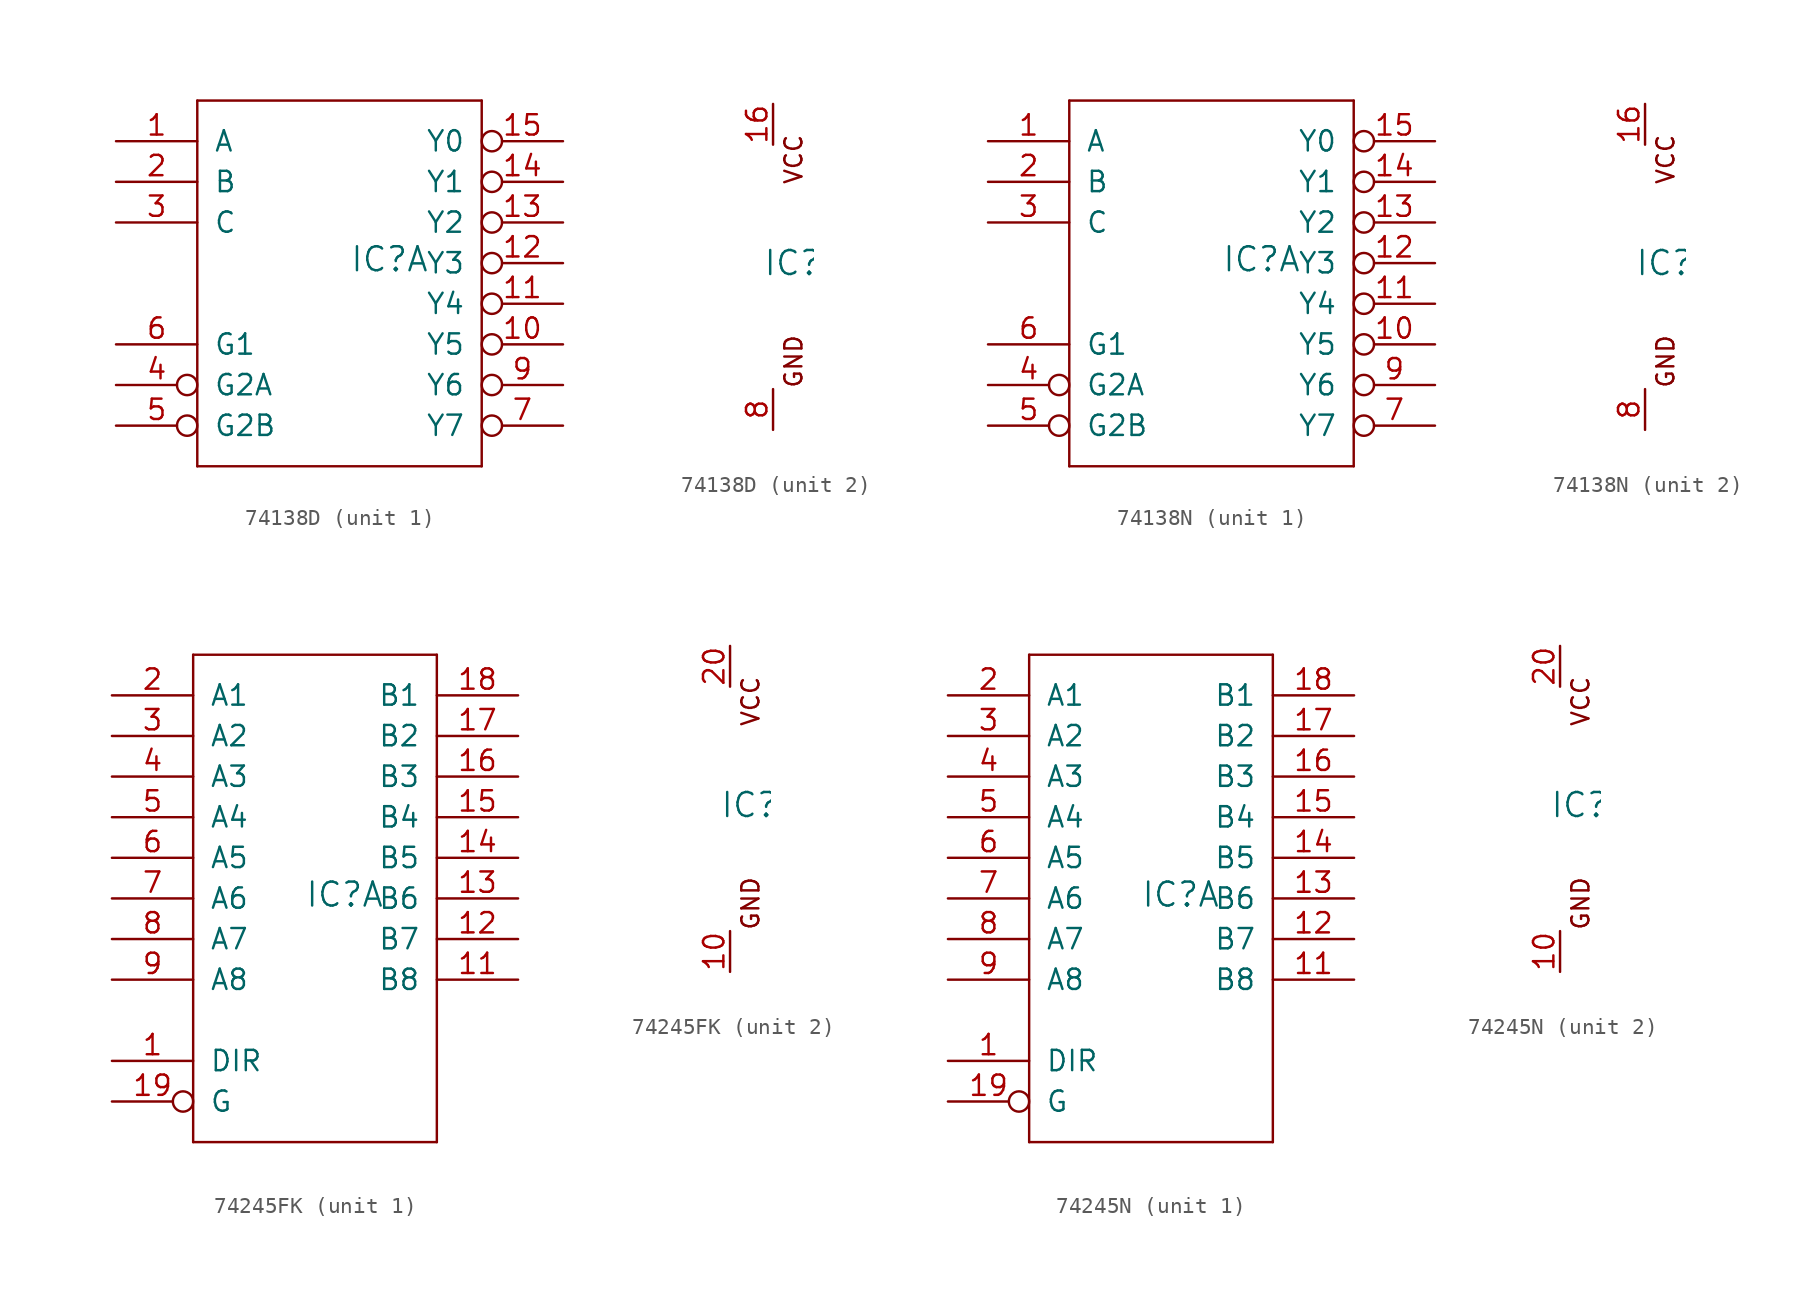
<source format=kicad_sym>
(kicad_symbol_lib
  (version 20211014)
  (generator kicad_symbol_editor)
  (symbol "74138D"
    (pin_names
      (offset 1.016))
    (property "Reference" "IC"
      (at -0.635 -0.635 0)
      (effects (font (size 1.499 1.499)) (justify left bottom)))
    (property "ki_locked" ""
      (at 0 0 0)
      (effects (font (size 1.27 1.27))))
    (symbol "74138D_1_0"
      (polyline (pts (xy -10.16 -12.7) (xy 7.62 -12.7)) (stroke (width 0) (type default) (color 0 0 0 0)) (fill (type none)))
      (polyline (pts (xy -10.16 10.16) (xy -10.16 -12.7)) (stroke (width 0) (type default) (color 0 0 0 0)) (fill (type none)))
      (polyline (pts (xy 7.62 -12.7) (xy 7.62 10.16)) (stroke (width 0) (type default) (color 0 0 0 0)) (fill (type none)))
      (polyline (pts (xy 7.62 10.16) (xy -10.16 10.16)) (stroke (width 0) (type default) (color 0 0 0 0)) (fill (type none)))
      (pin input line (at -15.24 7.62 0) (length 5.08) (name "A" (effects (font (size 1.27 1.27)))) (number "1" (effects (font (size 1.27 1.27)))))
      (pin output inverted (at 12.7 -5.08 180) (length 5.08) (name "Y5" (effects (font (size 1.27 1.27)))) (number "10" (effects (font (size 1.27 1.27)))))
      (pin output inverted (at 12.7 -2.54 180) (length 5.08) (name "Y4" (effects (font (size 1.27 1.27)))) (number "11" (effects (font (size 1.27 1.27)))))
      (pin output inverted (at 12.7 0 180) (length 5.08) (name "Y3" (effects (font (size 1.27 1.27)))) (number "12" (effects (font (size 1.27 1.27)))))
      (pin output inverted (at 12.7 2.54 180) (length 5.08) (name "Y2" (effects (font (size 1.27 1.27)))) (number "13" (effects (font (size 1.27 1.27)))))
      (pin output inverted (at 12.7 5.08 180) (length 5.08) (name "Y1" (effects (font (size 1.27 1.27)))) (number "14" (effects (font (size 1.27 1.27)))))
      (pin output inverted (at 12.7 7.62 180) (length 5.08) (name "Y0" (effects (font (size 1.27 1.27)))) (number "15" (effects (font (size 1.27 1.27)))))
      (pin input line (at -15.24 5.08 0) (length 5.08) (name "B" (effects (font (size 1.27 1.27)))) (number "2" (effects (font (size 1.27 1.27)))))
      (pin input line (at -15.24 2.54 0) (length 5.08) (name "C" (effects (font (size 1.27 1.27)))) (number "3" (effects (font (size 1.27 1.27)))))
      (pin input inverted (at -15.24 -7.62 0) (length 5.08) (name "G2A" (effects (font (size 1.27 1.27)))) (number "4" (effects (font (size 1.27 1.27)))))
      (pin input inverted (at -15.24 -10.16 0) (length 5.08) (name "G2B" (effects (font (size 1.27 1.27)))) (number "5" (effects (font (size 1.27 1.27)))))
      (pin input line (at -15.24 -5.08 0) (length 5.08) (name "G1" (effects (font (size 1.27 1.27)))) (number "6" (effects (font (size 1.27 1.27)))))
      (pin output inverted (at 12.7 -10.16 180) (length 5.08) (name "Y7" (effects (font (size 1.27 1.27)))) (number "7" (effects (font (size 1.27 1.27)))))
      (pin output inverted (at 12.7 -7.62 180) (length 5.08) (name "Y6" (effects (font (size 1.27 1.27)))) (number "9" (effects (font (size 1.27 1.27))))))
    (symbol "74138D_2_0"
      (text "GND" (at 1.905 -7.62 900) (effects (font (size 1.067 1.067)) (justify left bottom)))
      (text "VCC" (at 1.905 5.08 900) (effects (font (size 1.067 1.067)) (justify left bottom)))
      (pin power_in line (at 0 10.16 270) (length 2.54) (name "VCC" (effects (font (size 0 0)))) (number "16" (effects (font (size 1.27 1.27)))))
      (pin power_in line (at 0 -10.16 90) (length 2.54) (name "GND" (effects (font (size 0 0)))) (number "8" (effects (font (size 1.27 1.27)))))))
  (symbol "74138N"
    (pin_names
      (offset 1.016))
    (property "Reference" "IC"
      (at -0.635 -0.635 0)
      (effects (font (size 1.499 1.499)) (justify left bottom)))
    (property "ki_locked" ""
      (at 0 0 0)
      (effects (font (size 1.27 1.27))))
    (symbol "74138N_1_0"
      (polyline (pts (xy -10.16 -12.7) (xy 7.62 -12.7)) (stroke (width 0) (type default) (color 0 0 0 0)) (fill (type none)))
      (polyline (pts (xy -10.16 10.16) (xy -10.16 -12.7)) (stroke (width 0) (type default) (color 0 0 0 0)) (fill (type none)))
      (polyline (pts (xy 7.62 -12.7) (xy 7.62 10.16)) (stroke (width 0) (type default) (color 0 0 0 0)) (fill (type none)))
      (polyline (pts (xy 7.62 10.16) (xy -10.16 10.16)) (stroke (width 0) (type default) (color 0 0 0 0)) (fill (type none)))
      (pin input line (at -15.24 7.62 0) (length 5.08) (name "A" (effects (font (size 1.27 1.27)))) (number "1" (effects (font (size 1.27 1.27)))))
      (pin output inverted (at 12.7 -5.08 180) (length 5.08) (name "Y5" (effects (font (size 1.27 1.27)))) (number "10" (effects (font (size 1.27 1.27)))))
      (pin output inverted (at 12.7 -2.54 180) (length 5.08) (name "Y4" (effects (font (size 1.27 1.27)))) (number "11" (effects (font (size 1.27 1.27)))))
      (pin output inverted (at 12.7 0 180) (length 5.08) (name "Y3" (effects (font (size 1.27 1.27)))) (number "12" (effects (font (size 1.27 1.27)))))
      (pin output inverted (at 12.7 2.54 180) (length 5.08) (name "Y2" (effects (font (size 1.27 1.27)))) (number "13" (effects (font (size 1.27 1.27)))))
      (pin output inverted (at 12.7 5.08 180) (length 5.08) (name "Y1" (effects (font (size 1.27 1.27)))) (number "14" (effects (font (size 1.27 1.27)))))
      (pin output inverted (at 12.7 7.62 180) (length 5.08) (name "Y0" (effects (font (size 1.27 1.27)))) (number "15" (effects (font (size 1.27 1.27)))))
      (pin input line (at -15.24 5.08 0) (length 5.08) (name "B" (effects (font (size 1.27 1.27)))) (number "2" (effects (font (size 1.27 1.27)))))
      (pin input line (at -15.24 2.54 0) (length 5.08) (name "C" (effects (font (size 1.27 1.27)))) (number "3" (effects (font (size 1.27 1.27)))))
      (pin input inverted (at -15.24 -7.62 0) (length 5.08) (name "G2A" (effects (font (size 1.27 1.27)))) (number "4" (effects (font (size 1.27 1.27)))))
      (pin input inverted (at -15.24 -10.16 0) (length 5.08) (name "G2B" (effects (font (size 1.27 1.27)))) (number "5" (effects (font (size 1.27 1.27)))))
      (pin input line (at -15.24 -5.08 0) (length 5.08) (name "G1" (effects (font (size 1.27 1.27)))) (number "6" (effects (font (size 1.27 1.27)))))
      (pin output inverted (at 12.7 -10.16 180) (length 5.08) (name "Y7" (effects (font (size 1.27 1.27)))) (number "7" (effects (font (size 1.27 1.27)))))
      (pin output inverted (at 12.7 -7.62 180) (length 5.08) (name "Y6" (effects (font (size 1.27 1.27)))) (number "9" (effects (font (size 1.27 1.27))))))
    (symbol "74138N_2_0"
      (text "GND" (at 1.905 -7.62 900) (effects (font (size 1.067 1.067)) (justify left bottom)))
      (text "VCC" (at 1.905 5.08 900) (effects (font (size 1.067 1.067)) (justify left bottom)))
      (pin power_in line (at 0 10.16 270) (length 2.54) (name "VCC" (effects (font (size 0 0)))) (number "16" (effects (font (size 1.27 1.27)))))
      (pin power_in line (at 0 -10.16 90) (length 2.54) (name "GND" (effects (font (size 0 0)))) (number "8" (effects (font (size 1.27 1.27)))))))
  (symbol "74245FK"
    (pin_names
      (offset 1.016))
    (property "Reference" "IC"
      (at -0.635 -0.635 0)
      (effects (font (size 1.499 1.499)) (justify left bottom)))
    (property "ki_locked" ""
      (at 0 0 0)
      (effects (font (size 1.27 1.27))))
    (symbol "74245FK_1_0"
      (polyline (pts (xy -7.62 -15.24) (xy 7.62 -15.24)) (stroke (width 0) (type default) (color 0 0 0 0)) (fill (type none)))
      (polyline (pts (xy -7.62 15.24) (xy -7.62 -15.24)) (stroke (width 0) (type default) (color 0 0 0 0)) (fill (type none)))
      (polyline (pts (xy 7.62 -15.24) (xy 7.62 15.24)) (stroke (width 0) (type default) (color 0 0 0 0)) (fill (type none)))
      (polyline (pts (xy 7.62 15.24) (xy -7.62 15.24)) (stroke (width 0) (type default) (color 0 0 0 0)) (fill (type none)))
      (pin input line (at -12.7 -10.16 0) (length 5.08) (name "DIR" (effects (font (size 1.27 1.27)))) (number "1" (effects (font (size 1.27 1.27)))))
      (pin bidirectional line (at 12.7 -5.08 180) (length 5.08) (name "B8" (effects (font (size 1.27 1.27)))) (number "11" (effects (font (size 1.27 1.27)))))
      (pin bidirectional line (at 12.7 -2.54 180) (length 5.08) (name "B7" (effects (font (size 1.27 1.27)))) (number "12" (effects (font (size 1.27 1.27)))))
      (pin bidirectional line (at 12.7 0 180) (length 5.08) (name "B6" (effects (font (size 1.27 1.27)))) (number "13" (effects (font (size 1.27 1.27)))))
      (pin bidirectional line (at 12.7 2.54 180) (length 5.08) (name "B5" (effects (font (size 1.27 1.27)))) (number "14" (effects (font (size 1.27 1.27)))))
      (pin bidirectional line (at 12.7 5.08 180) (length 5.08) (name "B4" (effects (font (size 1.27 1.27)))) (number "15" (effects (font (size 1.27 1.27)))))
      (pin bidirectional line (at 12.7 7.62 180) (length 5.08) (name "B3" (effects (font (size 1.27 1.27)))) (number "16" (effects (font (size 1.27 1.27)))))
      (pin bidirectional line (at 12.7 10.16 180) (length 5.08) (name "B2" (effects (font (size 1.27 1.27)))) (number "17" (effects (font (size 1.27 1.27)))))
      (pin bidirectional line (at 12.7 12.7 180) (length 5.08) (name "B1" (effects (font (size 1.27 1.27)))) (number "18" (effects (font (size 1.27 1.27)))))
      (pin input inverted (at -12.7 -12.7 0) (length 5.08) (name "G" (effects (font (size 1.27 1.27)))) (number "19" (effects (font (size 1.27 1.27)))))
      (pin bidirectional line (at -12.7 12.7 0) (length 5.08) (name "A1" (effects (font (size 1.27 1.27)))) (number "2" (effects (font (size 1.27 1.27)))))
      (pin bidirectional line (at -12.7 10.16 0) (length 5.08) (name "A2" (effects (font (size 1.27 1.27)))) (number "3" (effects (font (size 1.27 1.27)))))
      (pin bidirectional line (at -12.7 7.62 0) (length 5.08) (name "A3" (effects (font (size 1.27 1.27)))) (number "4" (effects (font (size 1.27 1.27)))))
      (pin bidirectional line (at -12.7 5.08 0) (length 5.08) (name "A4" (effects (font (size 1.27 1.27)))) (number "5" (effects (font (size 1.27 1.27)))))
      (pin bidirectional line (at -12.7 2.54 0) (length 5.08) (name "A5" (effects (font (size 1.27 1.27)))) (number "6" (effects (font (size 1.27 1.27)))))
      (pin bidirectional line (at -12.7 0 0) (length 5.08) (name "A6" (effects (font (size 1.27 1.27)))) (number "7" (effects (font (size 1.27 1.27)))))
      (pin bidirectional line (at -12.7 -2.54 0) (length 5.08) (name "A7" (effects (font (size 1.27 1.27)))) (number "8" (effects (font (size 1.27 1.27)))))
      (pin bidirectional line (at -12.7 -5.08 0) (length 5.08) (name "A8" (effects (font (size 1.27 1.27)))) (number "9" (effects (font (size 1.27 1.27))))))
    (symbol "74245FK_2_0"
      (text "GND" (at 1.905 -7.62 900) (effects (font (size 1.067 1.067)) (justify left bottom)))
      (text "VCC" (at 1.905 5.08 900) (effects (font (size 1.067 1.067)) (justify left bottom)))
      (pin power_in line (at 0 -10.16 90) (length 2.54) (name "GND" (effects (font (size 0 0)))) (number "10" (effects (font (size 1.27 1.27)))))
      (pin power_in line (at 0 10.16 270) (length 2.54) (name "VCC" (effects (font (size 0 0)))) (number "20" (effects (font (size 1.27 1.27)))))))
  (symbol "74245N"
    (pin_names
      (offset 1.016))
    (property "Reference" "IC"
      (at -0.635 -0.635 0)
      (effects (font (size 1.499 1.499)) (justify left bottom)))
    (property "ki_locked" ""
      (at 0 0 0)
      (effects (font (size 1.27 1.27))))
    (symbol "74245N_1_0"
      (polyline (pts (xy -7.62 -15.24) (xy 7.62 -15.24)) (stroke (width 0) (type default) (color 0 0 0 0)) (fill (type none)))
      (polyline (pts (xy -7.62 15.24) (xy -7.62 -15.24)) (stroke (width 0) (type default) (color 0 0 0 0)) (fill (type none)))
      (polyline (pts (xy 7.62 -15.24) (xy 7.62 15.24)) (stroke (width 0) (type default) (color 0 0 0 0)) (fill (type none)))
      (polyline (pts (xy 7.62 15.24) (xy -7.62 15.24)) (stroke (width 0) (type default) (color 0 0 0 0)) (fill (type none)))
      (pin input line (at -12.7 -10.16 0) (length 5.08) (name "DIR" (effects (font (size 1.27 1.27)))) (number "1" (effects (font (size 1.27 1.27)))))
      (pin bidirectional line (at 12.7 -5.08 180) (length 5.08) (name "B8" (effects (font (size 1.27 1.27)))) (number "11" (effects (font (size 1.27 1.27)))))
      (pin bidirectional line (at 12.7 -2.54 180) (length 5.08) (name "B7" (effects (font (size 1.27 1.27)))) (number "12" (effects (font (size 1.27 1.27)))))
      (pin bidirectional line (at 12.7 0 180) (length 5.08) (name "B6" (effects (font (size 1.27 1.27)))) (number "13" (effects (font (size 1.27 1.27)))))
      (pin bidirectional line (at 12.7 2.54 180) (length 5.08) (name "B5" (effects (font (size 1.27 1.27)))) (number "14" (effects (font (size 1.27 1.27)))))
      (pin bidirectional line (at 12.7 5.08 180) (length 5.08) (name "B4" (effects (font (size 1.27 1.27)))) (number "15" (effects (font (size 1.27 1.27)))))
      (pin bidirectional line (at 12.7 7.62 180) (length 5.08) (name "B3" (effects (font (size 1.27 1.27)))) (number "16" (effects (font (size 1.27 1.27)))))
      (pin bidirectional line (at 12.7 10.16 180) (length 5.08) (name "B2" (effects (font (size 1.27 1.27)))) (number "17" (effects (font (size 1.27 1.27)))))
      (pin bidirectional line (at 12.7 12.7 180) (length 5.08) (name "B1" (effects (font (size 1.27 1.27)))) (number "18" (effects (font (size 1.27 1.27)))))
      (pin input inverted (at -12.7 -12.7 0) (length 5.08) (name "G" (effects (font (size 1.27 1.27)))) (number "19" (effects (font (size 1.27 1.27)))))
      (pin bidirectional line (at -12.7 12.7 0) (length 5.08) (name "A1" (effects (font (size 1.27 1.27)))) (number "2" (effects (font (size 1.27 1.27)))))
      (pin bidirectional line (at -12.7 10.16 0) (length 5.08) (name "A2" (effects (font (size 1.27 1.27)))) (number "3" (effects (font (size 1.27 1.27)))))
      (pin bidirectional line (at -12.7 7.62 0) (length 5.08) (name "A3" (effects (font (size 1.27 1.27)))) (number "4" (effects (font (size 1.27 1.27)))))
      (pin bidirectional line (at -12.7 5.08 0) (length 5.08) (name "A4" (effects (font (size 1.27 1.27)))) (number "5" (effects (font (size 1.27 1.27)))))
      (pin bidirectional line (at -12.7 2.54 0) (length 5.08) (name "A5" (effects (font (size 1.27 1.27)))) (number "6" (effects (font (size 1.27 1.27)))))
      (pin bidirectional line (at -12.7 0 0) (length 5.08) (name "A6" (effects (font (size 1.27 1.27)))) (number "7" (effects (font (size 1.27 1.27)))))
      (pin bidirectional line (at -12.7 -2.54 0) (length 5.08) (name "A7" (effects (font (size 1.27 1.27)))) (number "8" (effects (font (size 1.27 1.27)))))
      (pin bidirectional line (at -12.7 -5.08 0) (length 5.08) (name "A8" (effects (font (size 1.27 1.27)))) (number "9" (effects (font (size 1.27 1.27))))))
    (symbol "74245N_2_0"
      (text "GND" (at 1.905 -7.62 900) (effects (font (size 1.067 1.067)) (justify left bottom)))
      (text "VCC" (at 1.905 5.08 900) (effects (font (size 1.067 1.067)) (justify left bottom)))
      (pin power_in line (at 0 -10.16 90) (length 2.54) (name "GND" (effects (font (size 0 0)))) (number "10" (effects (font (size 1.27 1.27)))))
      (pin power_in line (at 0 10.16 270) (length 2.54) (name "VCC" (effects (font (size 0 0)))) (number "20" (effects (font (size 1.27 1.27))))))))
</source>
